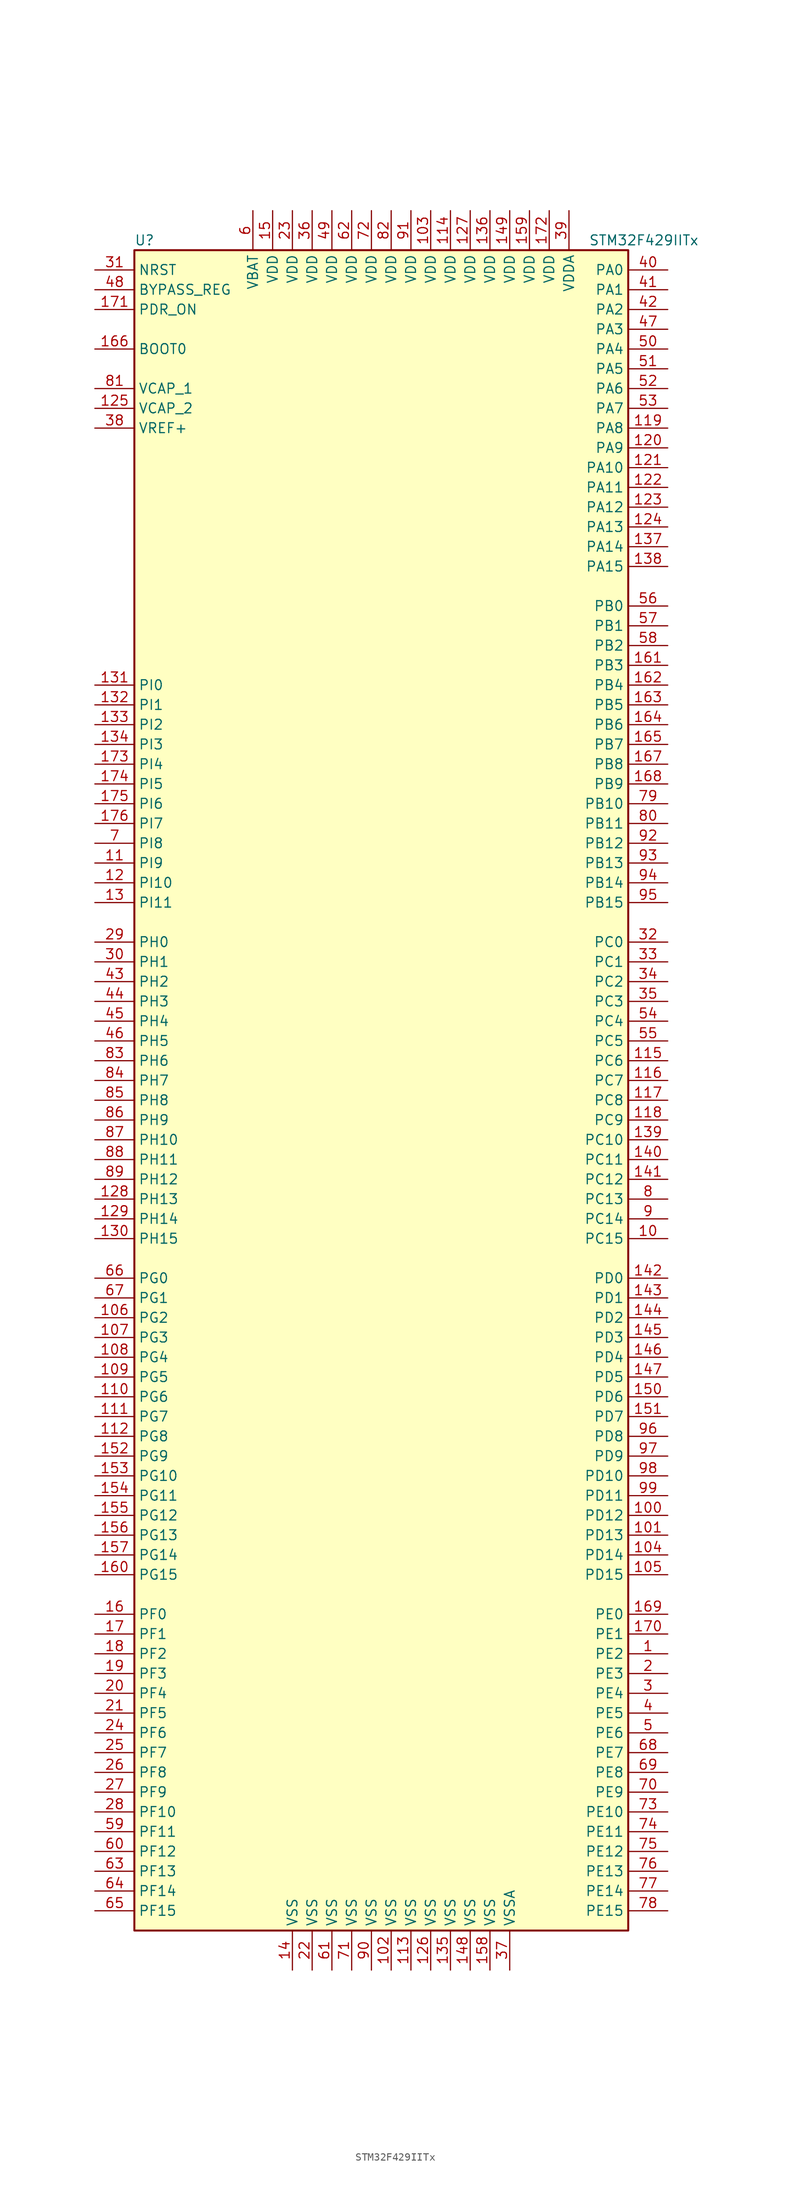
<source format=kicad_sym>
(kicad_symbol_lib
  (version 20201005)
  (generator kicad_symbol_editor)
  (symbol "MCU_ST_STM32F4:STM32F429IITx"
    (property "Reference" "U"
      (at -33.02 107.95 0)
      (effects (font (size 1.27 1.27)) (justify left)))
    (property "Value" "STM32F429IITx"
      (at 25.4 107.95 0)
      (effects (font (size 1.27 1.27)) (justify left)))
    (symbol "STM32F429IITx_0_1"
      (rectangle (start -33.02 -109.22) (end 30.48 106.68) (stroke (width 0.254)) (fill (type background))))
    (symbol "STM32F429IITx_1_1"
      (pin input line (at -38.1 93.98 0) (length 5.08) (name "BOOT0" (effects (font (size 1.27 1.27)))) (number "166" (effects (font (size 1.27 1.27)))))
      (pin input line (at -38.1 101.6 0) (length 5.08) (name "BYPASS_REG" (effects (font (size 1.27 1.27)))) (number "48" (effects (font (size 1.27 1.27)))))
      (pin input line (at -38.1 104.14 0) (length 5.08) (name "NRST" (effects (font (size 1.27 1.27)))) (number "31" (effects (font (size 1.27 1.27)))))
      (pin bidirectional line (at 35.56 104.14 180) (length 5.08) (name "PA0" (effects (font (size 1.27 1.27)))) (number "40" (effects (font (size 1.27 1.27)))))
      (pin bidirectional line (at 35.56 101.6 180) (length 5.08) (name "PA1" (effects (font (size 1.27 1.27)))) (number "41" (effects (font (size 1.27 1.27)))))
      (pin bidirectional line (at 35.56 78.74 180) (length 5.08) (name "PA10" (effects (font (size 1.27 1.27)))) (number "121" (effects (font (size 1.27 1.27)))))
      (pin bidirectional line (at 35.56 76.2 180) (length 5.08) (name "PA11" (effects (font (size 1.27 1.27)))) (number "122" (effects (font (size 1.27 1.27)))))
      (pin bidirectional line (at 35.56 73.66 180) (length 5.08) (name "PA12" (effects (font (size 1.27 1.27)))) (number "123" (effects (font (size 1.27 1.27)))))
      (pin bidirectional line (at 35.56 71.12 180) (length 5.08) (name "PA13" (effects (font (size 1.27 1.27)))) (number "124" (effects (font (size 1.27 1.27)))))
      (pin bidirectional line (at 35.56 68.58 180) (length 5.08) (name "PA14" (effects (font (size 1.27 1.27)))) (number "137" (effects (font (size 1.27 1.27)))))
      (pin bidirectional line (at 35.56 66.04 180) (length 5.08) (name "PA15" (effects (font (size 1.27 1.27)))) (number "138" (effects (font (size 1.27 1.27)))))
      (pin bidirectional line (at 35.56 99.06 180) (length 5.08) (name "PA2" (effects (font (size 1.27 1.27)))) (number "42" (effects (font (size 1.27 1.27)))))
      (pin bidirectional line (at 35.56 96.52 180) (length 5.08) (name "PA3" (effects (font (size 1.27 1.27)))) (number "47" (effects (font (size 1.27 1.27)))))
      (pin bidirectional line (at 35.56 93.98 180) (length 5.08) (name "PA4" (effects (font (size 1.27 1.27)))) (number "50" (effects (font (size 1.27 1.27)))))
      (pin bidirectional line (at 35.56 91.44 180) (length 5.08) (name "PA5" (effects (font (size 1.27 1.27)))) (number "51" (effects (font (size 1.27 1.27)))))
      (pin bidirectional line (at 35.56 88.9 180) (length 5.08) (name "PA6" (effects (font (size 1.27 1.27)))) (number "52" (effects (font (size 1.27 1.27)))))
      (pin bidirectional line (at 35.56 86.36 180) (length 5.08) (name "PA7" (effects (font (size 1.27 1.27)))) (number "53" (effects (font (size 1.27 1.27)))))
      (pin bidirectional line (at 35.56 83.82 180) (length 5.08) (name "PA8" (effects (font (size 1.27 1.27)))) (number "119" (effects (font (size 1.27 1.27)))))
      (pin bidirectional line (at 35.56 81.28 180) (length 5.08) (name "PA9" (effects (font (size 1.27 1.27)))) (number "120" (effects (font (size 1.27 1.27)))))
      (pin bidirectional line (at 35.56 60.96 180) (length 5.08) (name "PB0" (effects (font (size 1.27 1.27)))) (number "56" (effects (font (size 1.27 1.27)))))
      (pin bidirectional line (at 35.56 58.42 180) (length 5.08) (name "PB1" (effects (font (size 1.27 1.27)))) (number "57" (effects (font (size 1.27 1.27)))))
      (pin bidirectional line (at 35.56 35.56 180) (length 5.08) (name "PB10" (effects (font (size 1.27 1.27)))) (number "79" (effects (font (size 1.27 1.27)))))
      (pin bidirectional line (at 35.56 33.02 180) (length 5.08) (name "PB11" (effects (font (size 1.27 1.27)))) (number "80" (effects (font (size 1.27 1.27)))))
      (pin bidirectional line (at 35.56 30.48 180) (length 5.08) (name "PB12" (effects (font (size 1.27 1.27)))) (number "92" (effects (font (size 1.27 1.27)))))
      (pin bidirectional line (at 35.56 27.94 180) (length 5.08) (name "PB13" (effects (font (size 1.27 1.27)))) (number "93" (effects (font (size 1.27 1.27)))))
      (pin bidirectional line (at 35.56 25.4 180) (length 5.08) (name "PB14" (effects (font (size 1.27 1.27)))) (number "94" (effects (font (size 1.27 1.27)))))
      (pin bidirectional line (at 35.56 22.86 180) (length 5.08) (name "PB15" (effects (font (size 1.27 1.27)))) (number "95" (effects (font (size 1.27 1.27)))))
      (pin bidirectional line (at 35.56 55.88 180) (length 5.08) (name "PB2" (effects (font (size 1.27 1.27)))) (number "58" (effects (font (size 1.27 1.27)))))
      (pin bidirectional line (at 35.56 53.34 180) (length 5.08) (name "PB3" (effects (font (size 1.27 1.27)))) (number "161" (effects (font (size 1.27 1.27)))))
      (pin bidirectional line (at 35.56 50.8 180) (length 5.08) (name "PB4" (effects (font (size 1.27 1.27)))) (number "162" (effects (font (size 1.27 1.27)))))
      (pin bidirectional line (at 35.56 48.26 180) (length 5.08) (name "PB5" (effects (font (size 1.27 1.27)))) (number "163" (effects (font (size 1.27 1.27)))))
      (pin bidirectional line (at 35.56 45.72 180) (length 5.08) (name "PB6" (effects (font (size 1.27 1.27)))) (number "164" (effects (font (size 1.27 1.27)))))
      (pin bidirectional line (at 35.56 43.18 180) (length 5.08) (name "PB7" (effects (font (size 1.27 1.27)))) (number "165" (effects (font (size 1.27 1.27)))))
      (pin bidirectional line (at 35.56 40.64 180) (length 5.08) (name "PB8" (effects (font (size 1.27 1.27)))) (number "167" (effects (font (size 1.27 1.27)))))
      (pin bidirectional line (at 35.56 38.1 180) (length 5.08) (name "PB9" (effects (font (size 1.27 1.27)))) (number "168" (effects (font (size 1.27 1.27)))))
      (pin bidirectional line (at 35.56 17.78 180) (length 5.08) (name "PC0" (effects (font (size 1.27 1.27)))) (number "32" (effects (font (size 1.27 1.27)))))
      (pin bidirectional line (at 35.56 15.24 180) (length 5.08) (name "PC1" (effects (font (size 1.27 1.27)))) (number "33" (effects (font (size 1.27 1.27)))))
      (pin bidirectional line (at 35.56 -7.62 180) (length 5.08) (name "PC10" (effects (font (size 1.27 1.27)))) (number "139" (effects (font (size 1.27 1.27)))))
      (pin bidirectional line (at 35.56 -10.16 180) (length 5.08) (name "PC11" (effects (font (size 1.27 1.27)))) (number "140" (effects (font (size 1.27 1.27)))))
      (pin bidirectional line (at 35.56 -12.7 180) (length 5.08) (name "PC12" (effects (font (size 1.27 1.27)))) (number "141" (effects (font (size 1.27 1.27)))))
      (pin bidirectional line (at 35.56 -15.24 180) (length 5.08) (name "PC13" (effects (font (size 1.27 1.27)))) (number "8" (effects (font (size 1.27 1.27)))))
      (pin bidirectional line (at 35.56 -17.78 180) (length 5.08) (name "PC14" (effects (font (size 1.27 1.27)))) (number "9" (effects (font (size 1.27 1.27)))))
      (pin bidirectional line (at 35.56 -20.32 180) (length 5.08) (name "PC15" (effects (font (size 1.27 1.27)))) (number "10" (effects (font (size 1.27 1.27)))))
      (pin bidirectional line (at 35.56 12.7 180) (length 5.08) (name "PC2" (effects (font (size 1.27 1.27)))) (number "34" (effects (font (size 1.27 1.27)))))
      (pin bidirectional line (at 35.56 10.16 180) (length 5.08) (name "PC3" (effects (font (size 1.27 1.27)))) (number "35" (effects (font (size 1.27 1.27)))))
      (pin bidirectional line (at 35.56 7.62 180) (length 5.08) (name "PC4" (effects (font (size 1.27 1.27)))) (number "54" (effects (font (size 1.27 1.27)))))
      (pin bidirectional line (at 35.56 5.08 180) (length 5.08) (name "PC5" (effects (font (size 1.27 1.27)))) (number "55" (effects (font (size 1.27 1.27)))))
      (pin bidirectional line (at 35.56 2.54 180) (length 5.08) (name "PC6" (effects (font (size 1.27 1.27)))) (number "115" (effects (font (size 1.27 1.27)))))
      (pin bidirectional line (at 35.56 0 180) (length 5.08) (name "PC7" (effects (font (size 1.27 1.27)))) (number "116" (effects (font (size 1.27 1.27)))))
      (pin bidirectional line (at 35.56 -2.54 180) (length 5.08) (name "PC8" (effects (font (size 1.27 1.27)))) (number "117" (effects (font (size 1.27 1.27)))))
      (pin bidirectional line (at 35.56 -5.08 180) (length 5.08) (name "PC9" (effects (font (size 1.27 1.27)))) (number "118" (effects (font (size 1.27 1.27)))))
      (pin bidirectional line (at 35.56 -25.4 180) (length 5.08) (name "PD0" (effects (font (size 1.27 1.27)))) (number "142" (effects (font (size 1.27 1.27)))))
      (pin bidirectional line (at 35.56 -27.94 180) (length 5.08) (name "PD1" (effects (font (size 1.27 1.27)))) (number "143" (effects (font (size 1.27 1.27)))))
      (pin bidirectional line (at 35.56 -50.8 180) (length 5.08) (name "PD10" (effects (font (size 1.27 1.27)))) (number "98" (effects (font (size 1.27 1.27)))))
      (pin bidirectional line (at 35.56 -53.34 180) (length 5.08) (name "PD11" (effects (font (size 1.27 1.27)))) (number "99" (effects (font (size 1.27 1.27)))))
      (pin bidirectional line (at 35.56 -55.88 180) (length 5.08) (name "PD12" (effects (font (size 1.27 1.27)))) (number "100" (effects (font (size 1.27 1.27)))))
      (pin bidirectional line (at 35.56 -58.42 180) (length 5.08) (name "PD13" (effects (font (size 1.27 1.27)))) (number "101" (effects (font (size 1.27 1.27)))))
      (pin bidirectional line (at 35.56 -60.96 180) (length 5.08) (name "PD14" (effects (font (size 1.27 1.27)))) (number "104" (effects (font (size 1.27 1.27)))))
      (pin bidirectional line (at 35.56 -63.5 180) (length 5.08) (name "PD15" (effects (font (size 1.27 1.27)))) (number "105" (effects (font (size 1.27 1.27)))))
      (pin bidirectional line (at 35.56 -30.48 180) (length 5.08) (name "PD2" (effects (font (size 1.27 1.27)))) (number "144" (effects (font (size 1.27 1.27)))))
      (pin bidirectional line (at 35.56 -33.02 180) (length 5.08) (name "PD3" (effects (font (size 1.27 1.27)))) (number "145" (effects (font (size 1.27 1.27)))))
      (pin bidirectional line (at 35.56 -35.56 180) (length 5.08) (name "PD4" (effects (font (size 1.27 1.27)))) (number "146" (effects (font (size 1.27 1.27)))))
      (pin bidirectional line (at 35.56 -38.1 180) (length 5.08) (name "PD5" (effects (font (size 1.27 1.27)))) (number "147" (effects (font (size 1.27 1.27)))))
      (pin bidirectional line (at 35.56 -40.64 180) (length 5.08) (name "PD6" (effects (font (size 1.27 1.27)))) (number "150" (effects (font (size 1.27 1.27)))))
      (pin bidirectional line (at 35.56 -43.18 180) (length 5.08) (name "PD7" (effects (font (size 1.27 1.27)))) (number "151" (effects (font (size 1.27 1.27)))))
      (pin bidirectional line (at 35.56 -45.72 180) (length 5.08) (name "PD8" (effects (font (size 1.27 1.27)))) (number "96" (effects (font (size 1.27 1.27)))))
      (pin bidirectional line (at 35.56 -48.26 180) (length 5.08) (name "PD9" (effects (font (size 1.27 1.27)))) (number "97" (effects (font (size 1.27 1.27)))))
      (pin input line (at -38.1 99.06 0) (length 5.08) (name "PDR_ON" (effects (font (size 1.27 1.27)))) (number "171" (effects (font (size 1.27 1.27)))))
      (pin bidirectional line (at 35.56 -68.58 180) (length 5.08) (name "PE0" (effects (font (size 1.27 1.27)))) (number "169" (effects (font (size 1.27 1.27)))))
      (pin bidirectional line (at 35.56 -71.12 180) (length 5.08) (name "PE1" (effects (font (size 1.27 1.27)))) (number "170" (effects (font (size 1.27 1.27)))))
      (pin bidirectional line (at 35.56 -93.98 180) (length 5.08) (name "PE10" (effects (font (size 1.27 1.27)))) (number "73" (effects (font (size 1.27 1.27)))))
      (pin bidirectional line (at 35.56 -96.52 180) (length 5.08) (name "PE11" (effects (font (size 1.27 1.27)))) (number "74" (effects (font (size 1.27 1.27)))))
      (pin bidirectional line (at 35.56 -99.06 180) (length 5.08) (name "PE12" (effects (font (size 1.27 1.27)))) (number "75" (effects (font (size 1.27 1.27)))))
      (pin bidirectional line (at 35.56 -101.6 180) (length 5.08) (name "PE13" (effects (font (size 1.27 1.27)))) (number "76" (effects (font (size 1.27 1.27)))))
      (pin bidirectional line (at 35.56 -104.14 180) (length 5.08) (name "PE14" (effects (font (size 1.27 1.27)))) (number "77" (effects (font (size 1.27 1.27)))))
      (pin bidirectional line (at 35.56 -106.68 180) (length 5.08) (name "PE15" (effects (font (size 1.27 1.27)))) (number "78" (effects (font (size 1.27 1.27)))))
      (pin bidirectional line (at 35.56 -73.66 180) (length 5.08) (name "PE2" (effects (font (size 1.27 1.27)))) (number "1" (effects (font (size 1.27 1.27)))))
      (pin bidirectional line (at 35.56 -76.2 180) (length 5.08) (name "PE3" (effects (font (size 1.27 1.27)))) (number "2" (effects (font (size 1.27 1.27)))))
      (pin bidirectional line (at 35.56 -78.74 180) (length 5.08) (name "PE4" (effects (font (size 1.27 1.27)))) (number "3" (effects (font (size 1.27 1.27)))))
      (pin bidirectional line (at 35.56 -81.28 180) (length 5.08) (name "PE5" (effects (font (size 1.27 1.27)))) (number "4" (effects (font (size 1.27 1.27)))))
      (pin bidirectional line (at 35.56 -83.82 180) (length 5.08) (name "PE6" (effects (font (size 1.27 1.27)))) (number "5" (effects (font (size 1.27 1.27)))))
      (pin bidirectional line (at 35.56 -86.36 180) (length 5.08) (name "PE7" (effects (font (size 1.27 1.27)))) (number "68" (effects (font (size 1.27 1.27)))))
      (pin bidirectional line (at 35.56 -88.9 180) (length 5.08) (name "PE8" (effects (font (size 1.27 1.27)))) (number "69" (effects (font (size 1.27 1.27)))))
      (pin bidirectional line (at 35.56 -91.44 180) (length 5.08) (name "PE9" (effects (font (size 1.27 1.27)))) (number "70" (effects (font (size 1.27 1.27)))))
      (pin bidirectional line (at -38.1 -68.58 0) (length 5.08) (name "PF0" (effects (font (size 1.27 1.27)))) (number "16" (effects (font (size 1.27 1.27)))))
      (pin bidirectional line (at -38.1 -71.12 0) (length 5.08) (name "PF1" (effects (font (size 1.27 1.27)))) (number "17" (effects (font (size 1.27 1.27)))))
      (pin bidirectional line (at -38.1 -93.98 0) (length 5.08) (name "PF10" (effects (font (size 1.27 1.27)))) (number "28" (effects (font (size 1.27 1.27)))))
      (pin bidirectional line (at -38.1 -96.52 0) (length 5.08) (name "PF11" (effects (font (size 1.27 1.27)))) (number "59" (effects (font (size 1.27 1.27)))))
      (pin bidirectional line (at -38.1 -99.06 0) (length 5.08) (name "PF12" (effects (font (size 1.27 1.27)))) (number "60" (effects (font (size 1.27 1.27)))))
      (pin bidirectional line (at -38.1 -101.6 0) (length 5.08) (name "PF13" (effects (font (size 1.27 1.27)))) (number "63" (effects (font (size 1.27 1.27)))))
      (pin bidirectional line (at -38.1 -104.14 0) (length 5.08) (name "PF14" (effects (font (size 1.27 1.27)))) (number "64" (effects (font (size 1.27 1.27)))))
      (pin bidirectional line (at -38.1 -106.68 0) (length 5.08) (name "PF15" (effects (font (size 1.27 1.27)))) (number "65" (effects (font (size 1.27 1.27)))))
      (pin bidirectional line (at -38.1 -73.66 0) (length 5.08) (name "PF2" (effects (font (size 1.27 1.27)))) (number "18" (effects (font (size 1.27 1.27)))))
      (pin bidirectional line (at -38.1 -76.2 0) (length 5.08) (name "PF3" (effects (font (size 1.27 1.27)))) (number "19" (effects (font (size 1.27 1.27)))))
      (pin bidirectional line (at -38.1 -78.74 0) (length 5.08) (name "PF4" (effects (font (size 1.27 1.27)))) (number "20" (effects (font (size 1.27 1.27)))))
      (pin bidirectional line (at -38.1 -81.28 0) (length 5.08) (name "PF5" (effects (font (size 1.27 1.27)))) (number "21" (effects (font (size 1.27 1.27)))))
      (pin bidirectional line (at -38.1 -83.82 0) (length 5.08) (name "PF6" (effects (font (size 1.27 1.27)))) (number "24" (effects (font (size 1.27 1.27)))))
      (pin bidirectional line (at -38.1 -86.36 0) (length 5.08) (name "PF7" (effects (font (size 1.27 1.27)))) (number "25" (effects (font (size 1.27 1.27)))))
      (pin bidirectional line (at -38.1 -88.9 0) (length 5.08) (name "PF8" (effects (font (size 1.27 1.27)))) (number "26" (effects (font (size 1.27 1.27)))))
      (pin bidirectional line (at -38.1 -91.44 0) (length 5.08) (name "PF9" (effects (font (size 1.27 1.27)))) (number "27" (effects (font (size 1.27 1.27)))))
      (pin bidirectional line (at -38.1 -25.4 0) (length 5.08) (name "PG0" (effects (font (size 1.27 1.27)))) (number "66" (effects (font (size 1.27 1.27)))))
      (pin bidirectional line (at -38.1 -27.94 0) (length 5.08) (name "PG1" (effects (font (size 1.27 1.27)))) (number "67" (effects (font (size 1.27 1.27)))))
      (pin bidirectional line (at -38.1 -50.8 0) (length 5.08) (name "PG10" (effects (font (size 1.27 1.27)))) (number "153" (effects (font (size 1.27 1.27)))))
      (pin bidirectional line (at -38.1 -53.34 0) (length 5.08) (name "PG11" (effects (font (size 1.27 1.27)))) (number "154" (effects (font (size 1.27 1.27)))))
      (pin bidirectional line (at -38.1 -55.88 0) (length 5.08) (name "PG12" (effects (font (size 1.27 1.27)))) (number "155" (effects (font (size 1.27 1.27)))))
      (pin bidirectional line (at -38.1 -58.42 0) (length 5.08) (name "PG13" (effects (font (size 1.27 1.27)))) (number "156" (effects (font (size 1.27 1.27)))))
      (pin bidirectional line (at -38.1 -60.96 0) (length 5.08) (name "PG14" (effects (font (size 1.27 1.27)))) (number "157" (effects (font (size 1.27 1.27)))))
      (pin bidirectional line (at -38.1 -63.5 0) (length 5.08) (name "PG15" (effects (font (size 1.27 1.27)))) (number "160" (effects (font (size 1.27 1.27)))))
      (pin bidirectional line (at -38.1 -30.48 0) (length 5.08) (name "PG2" (effects (font (size 1.27 1.27)))) (number "106" (effects (font (size 1.27 1.27)))))
      (pin bidirectional line (at -38.1 -33.02 0) (length 5.08) (name "PG3" (effects (font (size 1.27 1.27)))) (number "107" (effects (font (size 1.27 1.27)))))
      (pin bidirectional line (at -38.1 -35.56 0) (length 5.08) (name "PG4" (effects (font (size 1.27 1.27)))) (number "108" (effects (font (size 1.27 1.27)))))
      (pin bidirectional line (at -38.1 -38.1 0) (length 5.08) (name "PG5" (effects (font (size 1.27 1.27)))) (number "109" (effects (font (size 1.27 1.27)))))
      (pin bidirectional line (at -38.1 -40.64 0) (length 5.08) (name "PG6" (effects (font (size 1.27 1.27)))) (number "110" (effects (font (size 1.27 1.27)))))
      (pin bidirectional line (at -38.1 -43.18 0) (length 5.08) (name "PG7" (effects (font (size 1.27 1.27)))) (number "111" (effects (font (size 1.27 1.27)))))
      (pin bidirectional line (at -38.1 -45.72 0) (length 5.08) (name "PG8" (effects (font (size 1.27 1.27)))) (number "112" (effects (font (size 1.27 1.27)))))
      (pin bidirectional line (at -38.1 -48.26 0) (length 5.08) (name "PG9" (effects (font (size 1.27 1.27)))) (number "152" (effects (font (size 1.27 1.27)))))
      (pin input line (at -38.1 17.78 0) (length 5.08) (name "PH0" (effects (font (size 1.27 1.27)))) (number "29" (effects (font (size 1.27 1.27)))))
      (pin input line (at -38.1 15.24 0) (length 5.08) (name "PH1" (effects (font (size 1.27 1.27)))) (number "30" (effects (font (size 1.27 1.27)))))
      (pin bidirectional line (at -38.1 -7.62 0) (length 5.08) (name "PH10" (effects (font (size 1.27 1.27)))) (number "87" (effects (font (size 1.27 1.27)))))
      (pin bidirectional line (at -38.1 -10.16 0) (length 5.08) (name "PH11" (effects (font (size 1.27 1.27)))) (number "88" (effects (font (size 1.27 1.27)))))
      (pin bidirectional line (at -38.1 -12.7 0) (length 5.08) (name "PH12" (effects (font (size 1.27 1.27)))) (number "89" (effects (font (size 1.27 1.27)))))
      (pin bidirectional line (at -38.1 -15.24 0) (length 5.08) (name "PH13" (effects (font (size 1.27 1.27)))) (number "128" (effects (font (size 1.27 1.27)))))
      (pin bidirectional line (at -38.1 -17.78 0) (length 5.08) (name "PH14" (effects (font (size 1.27 1.27)))) (number "129" (effects (font (size 1.27 1.27)))))
      (pin bidirectional line (at -38.1 -20.32 0) (length 5.08) (name "PH15" (effects (font (size 1.27 1.27)))) (number "130" (effects (font (size 1.27 1.27)))))
      (pin bidirectional line (at -38.1 12.7 0) (length 5.08) (name "PH2" (effects (font (size 1.27 1.27)))) (number "43" (effects (font (size 1.27 1.27)))))
      (pin bidirectional line (at -38.1 10.16 0) (length 5.08) (name "PH3" (effects (font (size 1.27 1.27)))) (number "44" (effects (font (size 1.27 1.27)))))
      (pin bidirectional line (at -38.1 7.62 0) (length 5.08) (name "PH4" (effects (font (size 1.27 1.27)))) (number "45" (effects (font (size 1.27 1.27)))))
      (pin bidirectional line (at -38.1 5.08 0) (length 5.08) (name "PH5" (effects (font (size 1.27 1.27)))) (number "46" (effects (font (size 1.27 1.27)))))
      (pin bidirectional line (at -38.1 2.54 0) (length 5.08) (name "PH6" (effects (font (size 1.27 1.27)))) (number "83" (effects (font (size 1.27 1.27)))))
      (pin bidirectional line (at -38.1 0 0) (length 5.08) (name "PH7" (effects (font (size 1.27 1.27)))) (number "84" (effects (font (size 1.27 1.27)))))
      (pin bidirectional line (at -38.1 -2.54 0) (length 5.08) (name "PH8" (effects (font (size 1.27 1.27)))) (number "85" (effects (font (size 1.27 1.27)))))
      (pin bidirectional line (at -38.1 -5.08 0) (length 5.08) (name "PH9" (effects (font (size 1.27 1.27)))) (number "86" (effects (font (size 1.27 1.27)))))
      (pin bidirectional line (at -38.1 50.8 0) (length 5.08) (name "PI0" (effects (font (size 1.27 1.27)))) (number "131" (effects (font (size 1.27 1.27)))))
      (pin bidirectional line (at -38.1 48.26 0) (length 5.08) (name "PI1" (effects (font (size 1.27 1.27)))) (number "132" (effects (font (size 1.27 1.27)))))
      (pin bidirectional line (at -38.1 25.4 0) (length 5.08) (name "PI10" (effects (font (size 1.27 1.27)))) (number "12" (effects (font (size 1.27 1.27)))))
      (pin bidirectional line (at -38.1 22.86 0) (length 5.08) (name "PI11" (effects (font (size 1.27 1.27)))) (number "13" (effects (font (size 1.27 1.27)))))
      (pin bidirectional line (at -38.1 45.72 0) (length 5.08) (name "PI2" (effects (font (size 1.27 1.27)))) (number "133" (effects (font (size 1.27 1.27)))))
      (pin bidirectional line (at -38.1 43.18 0) (length 5.08) (name "PI3" (effects (font (size 1.27 1.27)))) (number "134" (effects (font (size 1.27 1.27)))))
      (pin bidirectional line (at -38.1 40.64 0) (length 5.08) (name "PI4" (effects (font (size 1.27 1.27)))) (number "173" (effects (font (size 1.27 1.27)))))
      (pin bidirectional line (at -38.1 38.1 0) (length 5.08) (name "PI5" (effects (font (size 1.27 1.27)))) (number "174" (effects (font (size 1.27 1.27)))))
      (pin bidirectional line (at -38.1 35.56 0) (length 5.08) (name "PI6" (effects (font (size 1.27 1.27)))) (number "175" (effects (font (size 1.27 1.27)))))
      (pin bidirectional line (at -38.1 33.02 0) (length 5.08) (name "PI7" (effects (font (size 1.27 1.27)))) (number "176" (effects (font (size 1.27 1.27)))))
      (pin bidirectional line (at -38.1 30.48 0) (length 5.08) (name "PI8" (effects (font (size 1.27 1.27)))) (number "7" (effects (font (size 1.27 1.27)))))
      (pin bidirectional line (at -38.1 27.94 0) (length 5.08) (name "PI9" (effects (font (size 1.27 1.27)))) (number "11" (effects (font (size 1.27 1.27)))))
      (pin power_in line (at -17.78 111.76 270) (length 5.08) (name "VBAT" (effects (font (size 1.27 1.27)))) (number "6" (effects (font (size 1.27 1.27)))))
      (pin power_in line (at -38.1 88.9 0) (length 5.08) (name "VCAP_1" (effects (font (size 1.27 1.27)))) (number "81" (effects (font (size 1.27 1.27)))))
      (pin power_in line (at -38.1 86.36 0) (length 5.08) (name "VCAP_2" (effects (font (size 1.27 1.27)))) (number "125" (effects (font (size 1.27 1.27)))))
      (pin power_in line (at 5.08 111.76 270) (length 5.08) (name "VDD" (effects (font (size 1.27 1.27)))) (number "103" (effects (font (size 1.27 1.27)))))
      (pin power_in line (at 7.62 111.76 270) (length 5.08) (name "VDD" (effects (font (size 1.27 1.27)))) (number "114" (effects (font (size 1.27 1.27)))))
      (pin power_in line (at 10.16 111.76 270) (length 5.08) (name "VDD" (effects (font (size 1.27 1.27)))) (number "127" (effects (font (size 1.27 1.27)))))
      (pin power_in line (at 12.7 111.76 270) (length 5.08) (name "VDD" (effects (font (size 1.27 1.27)))) (number "136" (effects (font (size 1.27 1.27)))))
      (pin power_in line (at 15.24 111.76 270) (length 5.08) (name "VDD" (effects (font (size 1.27 1.27)))) (number "149" (effects (font (size 1.27 1.27)))))
      (pin power_in line (at -15.24 111.76 270) (length 5.08) (name "VDD" (effects (font (size 1.27 1.27)))) (number "15" (effects (font (size 1.27 1.27)))))
      (pin power_in line (at 17.78 111.76 270) (length 5.08) (name "VDD" (effects (font (size 1.27 1.27)))) (number "159" (effects (font (size 1.27 1.27)))))
      (pin power_in line (at 20.32 111.76 270) (length 5.08) (name "VDD" (effects (font (size 1.27 1.27)))) (number "172" (effects (font (size 1.27 1.27)))))
      (pin power_in line (at -12.7 111.76 270) (length 5.08) (name "VDD" (effects (font (size 1.27 1.27)))) (number "23" (effects (font (size 1.27 1.27)))))
      (pin power_in line (at -10.16 111.76 270) (length 5.08) (name "VDD" (effects (font (size 1.27 1.27)))) (number "36" (effects (font (size 1.27 1.27)))))
      (pin power_in line (at -7.62 111.76 270) (length 5.08) (name "VDD" (effects (font (size 1.27 1.27)))) (number "49" (effects (font (size 1.27 1.27)))))
      (pin power_in line (at -5.08 111.76 270) (length 5.08) (name "VDD" (effects (font (size 1.27 1.27)))) (number "62" (effects (font (size 1.27 1.27)))))
      (pin power_in line (at -2.54 111.76 270) (length 5.08) (name "VDD" (effects (font (size 1.27 1.27)))) (number "72" (effects (font (size 1.27 1.27)))))
      (pin power_in line (at 0 111.76 270) (length 5.08) (name "VDD" (effects (font (size 1.27 1.27)))) (number "82" (effects (font (size 1.27 1.27)))))
      (pin power_in line (at 2.54 111.76 270) (length 5.08) (name "VDD" (effects (font (size 1.27 1.27)))) (number "91" (effects (font (size 1.27 1.27)))))
      (pin power_in line (at 22.86 111.76 270) (length 5.08) (name "VDDA" (effects (font (size 1.27 1.27)))) (number "39" (effects (font (size 1.27 1.27)))))
      (pin power_in line (at -38.1 83.82 0) (length 5.08) (name "VREF+" (effects (font (size 1.27 1.27)))) (number "38" (effects (font (size 1.27 1.27)))))
      (pin power_in line (at 0 -114.3 90) (length 5.08) (name "VSS" (effects (font (size 1.27 1.27)))) (number "102" (effects (font (size 1.27 1.27)))))
      (pin power_in line (at 2.54 -114.3 90) (length 5.08) (name "VSS" (effects (font (size 1.27 1.27)))) (number "113" (effects (font (size 1.27 1.27)))))
      (pin power_in line (at 5.08 -114.3 90) (length 5.08) (name "VSS" (effects (font (size 1.27 1.27)))) (number "126" (effects (font (size 1.27 1.27)))))
      (pin power_in line (at 7.62 -114.3 90) (length 5.08) (name "VSS" (effects (font (size 1.27 1.27)))) (number "135" (effects (font (size 1.27 1.27)))))
      (pin power_in line (at -12.7 -114.3 90) (length 5.08) (name "VSS" (effects (font (size 1.27 1.27)))) (number "14" (effects (font (size 1.27 1.27)))))
      (pin power_in line (at 10.16 -114.3 90) (length 5.08) (name "VSS" (effects (font (size 1.27 1.27)))) (number "148" (effects (font (size 1.27 1.27)))))
      (pin power_in line (at 12.7 -114.3 90) (length 5.08) (name "VSS" (effects (font (size 1.27 1.27)))) (number "158" (effects (font (size 1.27 1.27)))))
      (pin power_in line (at -10.16 -114.3 90) (length 5.08) (name "VSS" (effects (font (size 1.27 1.27)))) (number "22" (effects (font (size 1.27 1.27)))))
      (pin power_in line (at -7.62 -114.3 90) (length 5.08) (name "VSS" (effects (font (size 1.27 1.27)))) (number "61" (effects (font (size 1.27 1.27)))))
      (pin power_in line (at -5.08 -114.3 90) (length 5.08) (name "VSS" (effects (font (size 1.27 1.27)))) (number "71" (effects (font (size 1.27 1.27)))))
      (pin power_in line (at -2.54 -114.3 90) (length 5.08) (name "VSS" (effects (font (size 1.27 1.27)))) (number "90" (effects (font (size 1.27 1.27)))))
      (pin power_in line (at 15.24 -114.3 90) (length 5.08) (name "VSSA" (effects (font (size 1.27 1.27)))) (number "37" (effects (font (size 1.27 1.27))))))))
</source>
